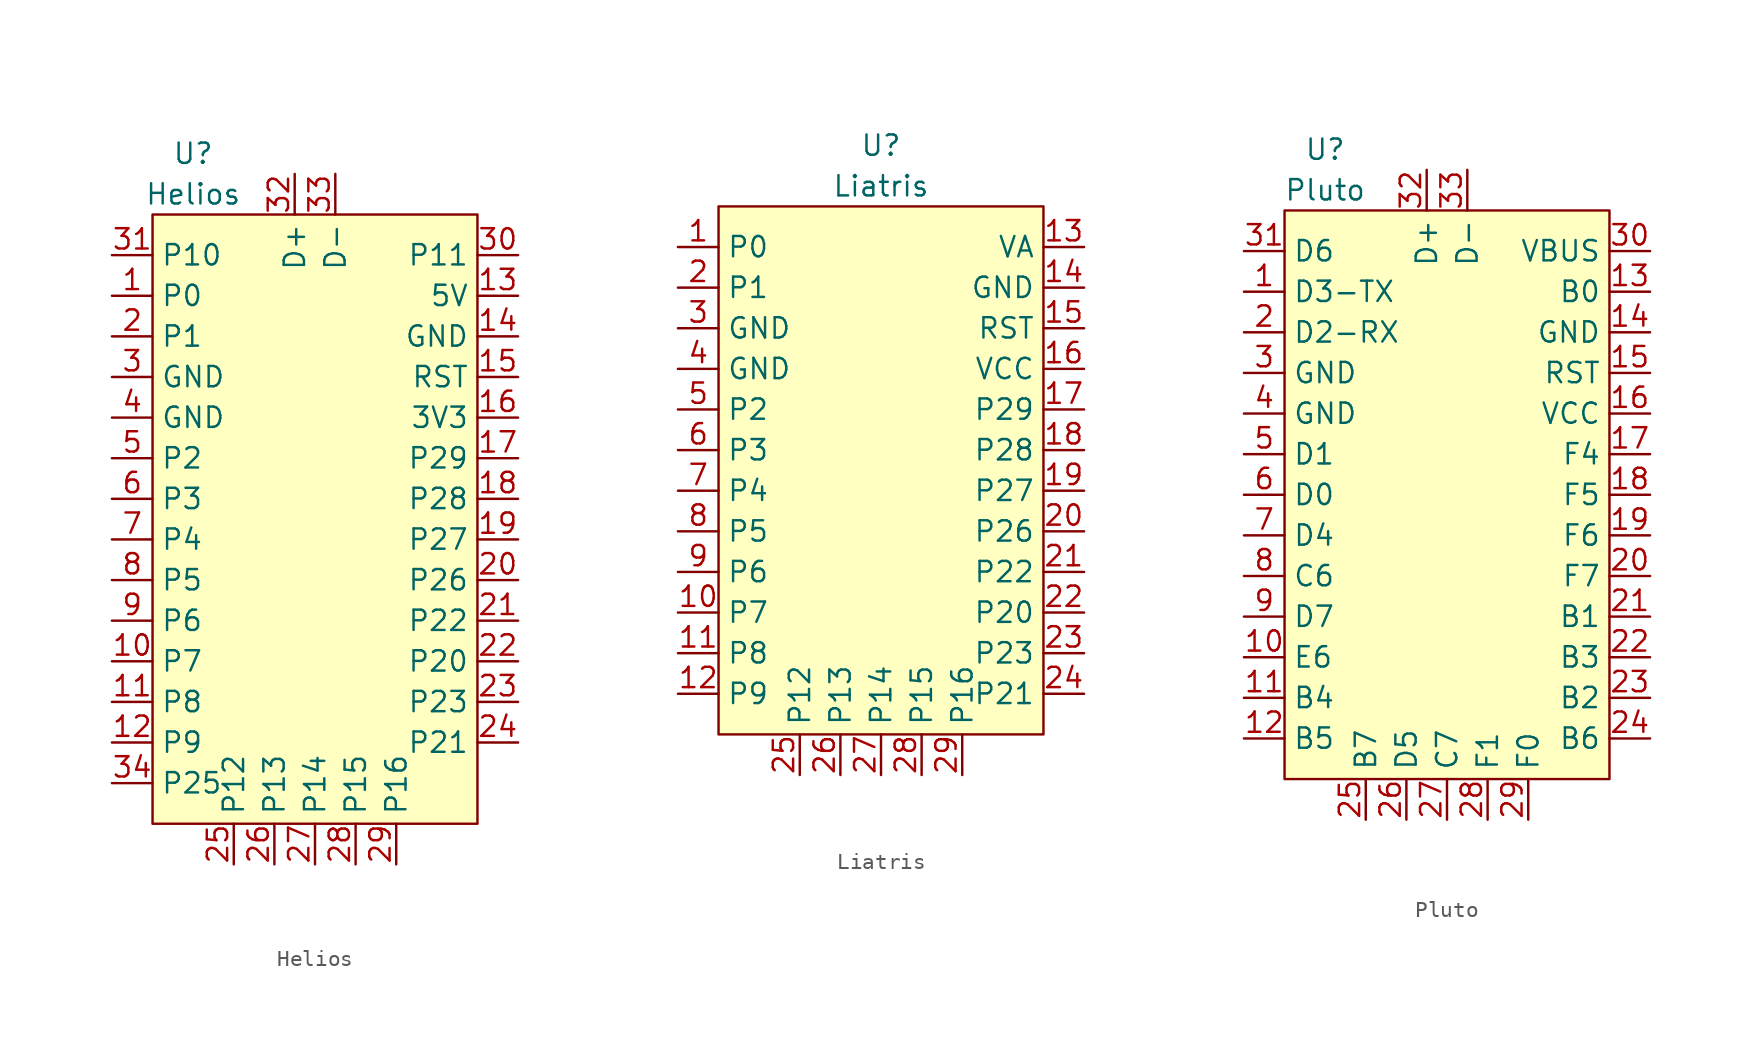
<source format=kicad_sym>
(kicad_symbol_lib
  (version 20231120)
  (generator "kicad_symbol_editor")
  (generator_version "8.0")
  (symbol "Helios"
    (property "Reference" "U"
      (at -7.62 22.86 0)
      (effects (font (size 1.27 1.27))))
    (property "Value" "Helios"
      (at -7.62 20.32 0)
      (effects (font (size 1.27 1.27))))
    (symbol "Helios_0_0"
      (pin bidirectional line (at -12.7 13.97 0) (length 2.54) (name "P0" (effects (font (size 1.27 1.27)))) (number "1" (effects (font (size 1.27 1.27)))))
      (pin bidirectional line (at -12.7 -8.89 0) (length 2.54) (name "P7" (effects (font (size 1.27 1.27)))) (number "10" (effects (font (size 1.27 1.27)))))
      (pin bidirectional line (at -12.7 -11.43 0) (length 2.54) (name "P8" (effects (font (size 1.27 1.27)))) (number "11" (effects (font (size 1.27 1.27)))))
      (pin bidirectional line (at -12.7 -13.97 0) (length 2.54) (name "P9" (effects (font (size 1.27 1.27)))) (number "12" (effects (font (size 1.27 1.27)))))
      (pin power_out line (at 12.7 11.43 180) (length 2.54) (name "GND" (effects (font (size 1.27 1.27)))) (number "14" (effects (font (size 1.27 1.27)))))
      (pin bidirectional line (at 12.7 8.89 180) (length 2.54) (name "RST" (effects (font (size 1.27 1.27)))) (number "15" (effects (font (size 1.27 1.27)))))
      (pin bidirectional line (at 12.7 3.81 180) (length 2.54) (name "P29" (effects (font (size 1.27 1.27)))) (number "17" (effects (font (size 1.27 1.27)))))
      (pin bidirectional line (at 12.7 1.27 180) (length 2.54) (name "P28" (effects (font (size 1.27 1.27)))) (number "18" (effects (font (size 1.27 1.27)))))
      (pin bidirectional line (at 12.7 -1.27 180) (length 2.54) (name "P27" (effects (font (size 1.27 1.27)))) (number "19" (effects (font (size 1.27 1.27)))))
      (pin bidirectional line (at -12.7 11.43 0) (length 2.54) (name "P1" (effects (font (size 1.27 1.27)))) (number "2" (effects (font (size 1.27 1.27)))))
      (pin bidirectional line (at 12.7 -3.81 180) (length 2.54) (name "P26" (effects (font (size 1.27 1.27)))) (number "20" (effects (font (size 1.27 1.27)))))
      (pin bidirectional line (at 12.7 -6.35 180) (length 2.54) (name "P22" (effects (font (size 1.27 1.27)))) (number "21" (effects (font (size 1.27 1.27)))))
      (pin bidirectional line (at 12.7 -8.89 180) (length 2.54) (name "P20" (effects (font (size 1.27 1.27)))) (number "22" (effects (font (size 1.27 1.27)))))
      (pin bidirectional line (at 12.7 -11.43 180) (length 2.54) (name "P23" (effects (font (size 1.27 1.27)))) (number "23" (effects (font (size 1.27 1.27)))))
      (pin bidirectional line (at 12.7 -13.97 180) (length 2.54) (name "P21" (effects (font (size 1.27 1.27)))) (number "24" (effects (font (size 1.27 1.27)))))
      (pin power_out line (at -12.7 8.89 0) (length 2.54) (name "GND" (effects (font (size 1.27 1.27)))) (number "3" (effects (font (size 1.27 1.27)))))
      (pin power_out line (at -12.7 6.35 0) (length 2.54) (name "GND" (effects (font (size 1.27 1.27)))) (number "4" (effects (font (size 1.27 1.27)))))
      (pin bidirectional line (at -12.7 3.81 0) (length 2.54) (name "P2" (effects (font (size 1.27 1.27)))) (number "5" (effects (font (size 1.27 1.27)))))
      (pin bidirectional line (at -12.7 1.27 0) (length 2.54) (name "P3" (effects (font (size 1.27 1.27)))) (number "6" (effects (font (size 1.27 1.27)))))
      (pin bidirectional line (at -12.7 -1.27 0) (length 2.54) (name "P4" (effects (font (size 1.27 1.27)))) (number "7" (effects (font (size 1.27 1.27)))))
      (pin bidirectional line (at -12.7 -3.81 0) (length 2.54) (name "P5" (effects (font (size 1.27 1.27)))) (number "8" (effects (font (size 1.27 1.27)))))
      (pin bidirectional line (at -12.7 -6.35 0) (length 2.54) (name "P6" (effects (font (size 1.27 1.27)))) (number "9" (effects (font (size 1.27 1.27))))))
    (symbol "Helios_1_0"
      (pin bidirectional line (at 12.7 13.97 180) (length 2.54) (name "5V" (effects (font (size 1.27 1.27)))) (number "13" (effects (font (size 1.27 1.27)))))
      (pin power_out line (at 12.7 6.35 180) (length 2.54) (name "3V3" (effects (font (size 1.27 1.27)))) (number "16" (effects (font (size 1.27 1.27)))))
      (pin bidirectional line (at -5.08 -21.59 90) (length 2.54) (name "P12" (effects (font (size 1.27 1.27)))) (number "25" (effects (font (size 1.27 1.27)))))
      (pin bidirectional line (at -2.54 -21.59 90) (length 2.54) (name "P13" (effects (font (size 1.27 1.27)))) (number "26" (effects (font (size 1.27 1.27)))))
      (pin bidirectional line (at 0 -21.59 90) (length 2.54) (name "P14" (effects (font (size 1.27 1.27)))) (number "27" (effects (font (size 1.27 1.27)))))
      (pin bidirectional line (at 2.54 -21.59 90) (length 2.54) (name "P15" (effects (font (size 1.27 1.27)))) (number "28" (effects (font (size 1.27 1.27)))))
      (pin bidirectional line (at 5.08 -21.59 90) (length 2.54) (name "P16" (effects (font (size 1.27 1.27)))) (number "29" (effects (font (size 1.27 1.27)))))
      (pin power_in line (at 12.7 16.51 180) (length 2.54) (name "P11" (effects (font (size 1.27 1.27)))) (number "30" (effects (font (size 1.27 1.27)))))
      (pin bidirectional line (at -12.7 16.51 0) (length 2.54) (name "P10" (effects (font (size 1.27 1.27)))) (number "31" (effects (font (size 1.27 1.27)))))
      (pin bidirectional line (at -1.27 21.59 270) (length 2.54) (name "D+" (effects (font (size 1.27 1.27)))) (number "32" (effects (font (size 1.27 1.27)))))
      (pin bidirectional line (at 1.27 21.59 270) (length 2.54) (name "D-" (effects (font (size 1.27 1.27)))) (number "33" (effects (font (size 1.27 1.27)))))
      (pin bidirectional line (at -12.7 -16.51 0) (length 2.54) (name "P25" (effects (font (size 1.27 1.27)))) (number "34" (effects (font (size 1.27 1.27))))))
    (symbol "Helios_1_1"
      (rectangle (start -10.16 19.05) (end 10.16 -19.05) (stroke (width 0) (type default)) (fill (type background)))))
  (symbol "Liatris"
    (property "Reference" "U"
      (at 0 20.32 0)
      (effects (font (size 1.27 1.27))))
    (property "Value" "Liatris"
      (at 0 17.78 0)
      (effects (font (size 1.27 1.27))))
    (symbol "Liatris_0_0"
      (pin bidirectional line (at -12.7 13.97 0) (length 2.54) (name "P0" (effects (font (size 1.27 1.27)))) (number "1" (effects (font (size 1.27 1.27)))))
      (pin bidirectional line (at -12.7 -8.89 0) (length 2.54) (name "P7" (effects (font (size 1.27 1.27)))) (number "10" (effects (font (size 1.27 1.27)))))
      (pin bidirectional line (at -12.7 -11.43 0) (length 2.54) (name "P8" (effects (font (size 1.27 1.27)))) (number "11" (effects (font (size 1.27 1.27)))))
      (pin bidirectional line (at -12.7 -13.97 0) (length 2.54) (name "P9" (effects (font (size 1.27 1.27)))) (number "12" (effects (font (size 1.27 1.27)))))
      (pin power_out line (at 12.7 11.43 180) (length 2.54) (name "GND" (effects (font (size 1.27 1.27)))) (number "14" (effects (font (size 1.27 1.27)))))
      (pin bidirectional line (at 12.7 8.89 180) (length 2.54) (name "RST" (effects (font (size 1.27 1.27)))) (number "15" (effects (font (size 1.27 1.27)))))
      (pin bidirectional line (at 12.7 3.81 180) (length 2.54) (name "P29" (effects (font (size 1.27 1.27)))) (number "17" (effects (font (size 1.27 1.27)))))
      (pin bidirectional line (at 12.7 1.27 180) (length 2.54) (name "P28" (effects (font (size 1.27 1.27)))) (number "18" (effects (font (size 1.27 1.27)))))
      (pin bidirectional line (at 12.7 -1.27 180) (length 2.54) (name "P27" (effects (font (size 1.27 1.27)))) (number "19" (effects (font (size 1.27 1.27)))))
      (pin bidirectional line (at -12.7 11.43 0) (length 2.54) (name "P1" (effects (font (size 1.27 1.27)))) (number "2" (effects (font (size 1.27 1.27)))))
      (pin bidirectional line (at 12.7 -3.81 180) (length 2.54) (name "P26" (effects (font (size 1.27 1.27)))) (number "20" (effects (font (size 1.27 1.27)))))
      (pin bidirectional line (at 12.7 -6.35 180) (length 2.54) (name "P22" (effects (font (size 1.27 1.27)))) (number "21" (effects (font (size 1.27 1.27)))))
      (pin bidirectional line (at 12.7 -8.89 180) (length 2.54) (name "P20" (effects (font (size 1.27 1.27)))) (number "22" (effects (font (size 1.27 1.27)))))
      (pin bidirectional line (at 12.7 -11.43 180) (length 2.54) (name "P23" (effects (font (size 1.27 1.27)))) (number "23" (effects (font (size 1.27 1.27)))))
      (pin bidirectional line (at 12.7 -13.97 180) (length 2.54) (name "P21" (effects (font (size 1.27 1.27)))) (number "24" (effects (font (size 1.27 1.27)))))
      (pin power_out line (at -12.7 8.89 0) (length 2.54) (name "GND" (effects (font (size 1.27 1.27)))) (number "3" (effects (font (size 1.27 1.27)))))
      (pin power_out line (at -12.7 6.35 0) (length 2.54) (name "GND" (effects (font (size 1.27 1.27)))) (number "4" (effects (font (size 1.27 1.27)))))
      (pin bidirectional line (at -12.7 3.81 0) (length 2.54) (name "P2" (effects (font (size 1.27 1.27)))) (number "5" (effects (font (size 1.27 1.27)))))
      (pin bidirectional line (at -12.7 1.27 0) (length 2.54) (name "P3" (effects (font (size 1.27 1.27)))) (number "6" (effects (font (size 1.27 1.27)))))
      (pin bidirectional line (at -12.7 -1.27 0) (length 2.54) (name "P4" (effects (font (size 1.27 1.27)))) (number "7" (effects (font (size 1.27 1.27)))))
      (pin bidirectional line (at -12.7 -3.81 0) (length 2.54) (name "P5" (effects (font (size 1.27 1.27)))) (number "8" (effects (font (size 1.27 1.27)))))
      (pin bidirectional line (at -12.7 -6.35 0) (length 2.54) (name "P6" (effects (font (size 1.27 1.27)))) (number "9" (effects (font (size 1.27 1.27))))))
    (symbol "Liatris_1_0"
      (pin power_out line (at 12.7 13.97 180) (length 2.54) (name "VA" (effects (font (size 1.27 1.27)))) (number "13" (effects (font (size 1.27 1.27)))))
      (pin power_out line (at 12.7 6.35 180) (length 2.54) (name "VCC" (effects (font (size 1.27 1.27)))) (number "16" (effects (font (size 1.27 1.27)))))
      (pin bidirectional line (at -5.08 -19.05 90) (length 2.54) (name "P12" (effects (font (size 1.27 1.27)))) (number "25" (effects (font (size 1.27 1.27)))))
      (pin bidirectional line (at -2.54 -19.05 90) (length 2.54) (name "P13" (effects (font (size 1.27 1.27)))) (number "26" (effects (font (size 1.27 1.27)))))
      (pin bidirectional line (at 0 -19.05 90) (length 2.54) (name "P14" (effects (font (size 1.27 1.27)))) (number "27" (effects (font (size 1.27 1.27)))))
      (pin bidirectional line (at 2.54 -19.05 90) (length 2.54) (name "P15" (effects (font (size 1.27 1.27)))) (number "28" (effects (font (size 1.27 1.27)))))
      (pin bidirectional line (at 5.08 -19.05 90) (length 2.54) (name "P16" (effects (font (size 1.27 1.27)))) (number "29" (effects (font (size 1.27 1.27))))))
    (symbol "Liatris_1_1"
      (rectangle (start -10.16 16.51) (end 10.16 -16.51) (stroke (width 0) (type default)) (fill (type background)))))
  (symbol "Pluto"
    (property "Reference" "U"
      (at -7.62 22.86 0)
      (effects (font (size 1.27 1.27))))
    (property "Value" "Pluto"
      (at -7.62 20.32 0)
      (effects (font (size 1.27 1.27))))
    (symbol "Pluto_0_0"
      (pin bidirectional line (at -12.7 13.97 0) (length 2.54) (name "D3-TX" (effects (font (size 1.27 1.27)))) (number "1" (effects (font (size 1.27 1.27)))))
      (pin bidirectional line (at -12.7 -8.89 0) (length 2.54) (name "E6" (effects (font (size 1.27 1.27)))) (number "10" (effects (font (size 1.27 1.27)))))
      (pin bidirectional line (at -12.7 -11.43 0) (length 2.54) (name "B4" (effects (font (size 1.27 1.27)))) (number "11" (effects (font (size 1.27 1.27)))))
      (pin bidirectional line (at -12.7 -13.97 0) (length 2.54) (name "B5" (effects (font (size 1.27 1.27)))) (number "12" (effects (font (size 1.27 1.27)))))
      (pin power_out line (at 12.7 11.43 180) (length 2.54) (name "GND" (effects (font (size 1.27 1.27)))) (number "14" (effects (font (size 1.27 1.27)))))
      (pin bidirectional line (at 12.7 8.89 180) (length 2.54) (name "RST" (effects (font (size 1.27 1.27)))) (number "15" (effects (font (size 1.27 1.27)))))
      (pin bidirectional line (at 12.7 3.81 180) (length 2.54) (name "F4" (effects (font (size 1.27 1.27)))) (number "17" (effects (font (size 1.27 1.27)))))
      (pin bidirectional line (at 12.7 1.27 180) (length 2.54) (name "F5" (effects (font (size 1.27 1.27)))) (number "18" (effects (font (size 1.27 1.27)))))
      (pin bidirectional line (at 12.7 -1.27 180) (length 2.54) (name "F6" (effects (font (size 1.27 1.27)))) (number "19" (effects (font (size 1.27 1.27)))))
      (pin bidirectional line (at -12.7 11.43 0) (length 2.54) (name "D2-RX" (effects (font (size 1.27 1.27)))) (number "2" (effects (font (size 1.27 1.27)))))
      (pin bidirectional line (at 12.7 -3.81 180) (length 2.54) (name "F7" (effects (font (size 1.27 1.27)))) (number "20" (effects (font (size 1.27 1.27)))))
      (pin bidirectional line (at 12.7 -6.35 180) (length 2.54) (name "B1" (effects (font (size 1.27 1.27)))) (number "21" (effects (font (size 1.27 1.27)))))
      (pin bidirectional line (at 12.7 -8.89 180) (length 2.54) (name "B3" (effects (font (size 1.27 1.27)))) (number "22" (effects (font (size 1.27 1.27)))))
      (pin bidirectional line (at 12.7 -11.43 180) (length 2.54) (name "B2" (effects (font (size 1.27 1.27)))) (number "23" (effects (font (size 1.27 1.27)))))
      (pin bidirectional line (at 12.7 -13.97 180) (length 2.54) (name "B6" (effects (font (size 1.27 1.27)))) (number "24" (effects (font (size 1.27 1.27)))))
      (pin power_out line (at -12.7 8.89 0) (length 2.54) (name "GND" (effects (font (size 1.27 1.27)))) (number "3" (effects (font (size 1.27 1.27)))))
      (pin power_out line (at -12.7 6.35 0) (length 2.54) (name "GND" (effects (font (size 1.27 1.27)))) (number "4" (effects (font (size 1.27 1.27)))))
      (pin bidirectional line (at -12.7 3.81 0) (length 2.54) (name "D1" (effects (font (size 1.27 1.27)))) (number "5" (effects (font (size 1.27 1.27)))))
      (pin bidirectional line (at -12.7 1.27 0) (length 2.54) (name "D0" (effects (font (size 1.27 1.27)))) (number "6" (effects (font (size 1.27 1.27)))))
      (pin bidirectional line (at -12.7 -1.27 0) (length 2.54) (name "D4" (effects (font (size 1.27 1.27)))) (number "7" (effects (font (size 1.27 1.27)))))
      (pin bidirectional line (at -12.7 -3.81 0) (length 2.54) (name "C6" (effects (font (size 1.27 1.27)))) (number "8" (effects (font (size 1.27 1.27)))))
      (pin bidirectional line (at -12.7 -6.35 0) (length 2.54) (name "D7" (effects (font (size 1.27 1.27)))) (number "9" (effects (font (size 1.27 1.27))))))
    (symbol "Pluto_1_0"
      (pin bidirectional line (at 12.7 13.97 180) (length 2.54) (name "B0" (effects (font (size 1.27 1.27)))) (number "13" (effects (font (size 1.27 1.27)))))
      (pin power_out line (at 12.7 6.35 180) (length 2.54) (name "VCC" (effects (font (size 1.27 1.27)))) (number "16" (effects (font (size 1.27 1.27)))))
      (pin bidirectional line (at -5.08 -19.05 90) (length 2.54) (name "B7" (effects (font (size 1.27 1.27)))) (number "25" (effects (font (size 1.27 1.27)))))
      (pin bidirectional line (at -2.54 -19.05 90) (length 2.54) (name "D5" (effects (font (size 1.27 1.27)))) (number "26" (effects (font (size 1.27 1.27)))))
      (pin bidirectional line (at 0 -19.05 90) (length 2.54) (name "C7" (effects (font (size 1.27 1.27)))) (number "27" (effects (font (size 1.27 1.27)))))
      (pin bidirectional line (at 2.54 -19.05 90) (length 2.54) (name "F1" (effects (font (size 1.27 1.27)))) (number "28" (effects (font (size 1.27 1.27)))))
      (pin bidirectional line (at 5.08 -19.05 90) (length 2.54) (name "F0" (effects (font (size 1.27 1.27)))) (number "29" (effects (font (size 1.27 1.27)))))
      (pin power_in line (at 12.7 16.51 180) (length 2.54) (name "VBUS" (effects (font (size 1.27 1.27)))) (number "30" (effects (font (size 1.27 1.27)))))
      (pin bidirectional line (at -12.7 16.51 0) (length 2.54) (name "D6" (effects (font (size 1.27 1.27)))) (number "31" (effects (font (size 1.27 1.27)))))
      (pin bidirectional line (at -1.27 21.59 270) (length 2.54) (name "D+" (effects (font (size 1.27 1.27)))) (number "32" (effects (font (size 1.27 1.27)))))
      (pin bidirectional line (at 1.27 21.59 270) (length 2.54) (name "D-" (effects (font (size 1.27 1.27)))) (number "33" (effects (font (size 1.27 1.27))))))
    (symbol "Pluto_1_1"
      (rectangle (start -10.16 19.05) (end 10.16 -16.51) (stroke (width 0) (type default)) (fill (type background))))))
</source>
